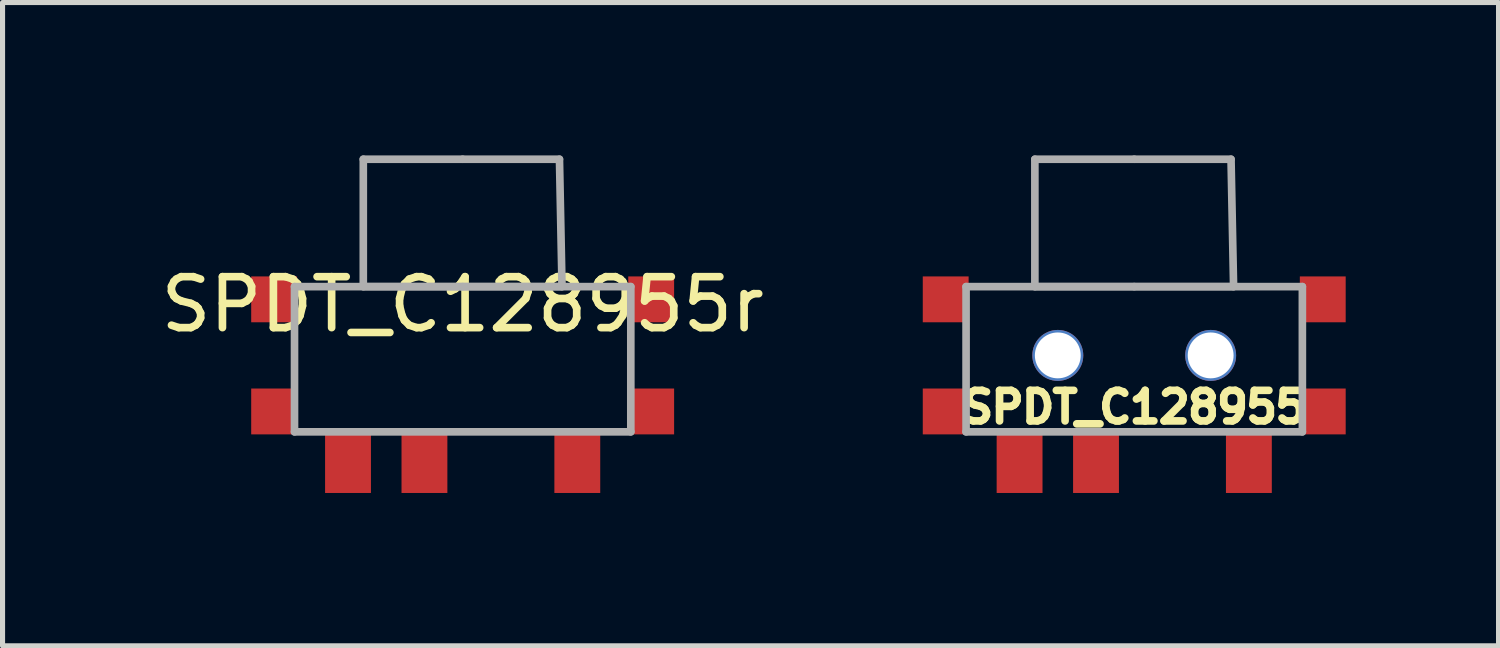
<source format=kicad_pcb>
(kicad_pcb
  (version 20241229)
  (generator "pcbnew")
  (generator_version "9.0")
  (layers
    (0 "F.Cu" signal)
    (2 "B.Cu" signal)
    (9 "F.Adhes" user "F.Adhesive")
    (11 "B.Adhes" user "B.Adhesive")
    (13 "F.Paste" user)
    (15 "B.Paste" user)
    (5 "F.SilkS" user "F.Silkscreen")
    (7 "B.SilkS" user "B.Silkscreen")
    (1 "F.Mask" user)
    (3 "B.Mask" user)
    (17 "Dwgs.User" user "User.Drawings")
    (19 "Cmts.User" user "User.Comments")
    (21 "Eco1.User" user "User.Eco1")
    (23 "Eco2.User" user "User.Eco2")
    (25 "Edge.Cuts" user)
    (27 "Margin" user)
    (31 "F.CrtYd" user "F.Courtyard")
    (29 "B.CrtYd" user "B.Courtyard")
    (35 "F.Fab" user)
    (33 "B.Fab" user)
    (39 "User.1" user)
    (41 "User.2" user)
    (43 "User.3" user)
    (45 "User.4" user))
  (footprint "SPDT_C128955r"
    (layer "F.Cu")
    (at 6.03 3.925)
    (property "Reference" "SPDT_C128955r" (at 0 -1 0) (layer "F.SilkS") (effects (font (size 1 1) (thickness 0.15))))
    (attr through_hole)
    (fp_line (start -3.3 -1.35) (end -3.3 1.5) (stroke (width 0.15) (type solid)) (layer "F.Fab"))
    (fp_line (start -3.3 1.5) (end 3.3 1.5) (stroke (width 0.15) (type solid)) (layer "F.Fab"))
    (fp_line (start -1.95 -3.85) (end 0 -3.85) (stroke (width 0.15) (type solid)) (layer "F.Fab"))
    (fp_line (start -1.95 -1.35) (end -1.95 -3.85) (stroke (width 0.15) (type solid)) (layer "F.Fab"))
    (fp_line (start 0 -3.85) (end 1.9 -3.85) (stroke (width 0.15) (type solid)) (layer "F.Fab"))
    (fp_line (start 0 -1.35) (end -3.3 -1.35) (stroke (width 0.15) (type solid)) (layer "F.Fab"))
    (fp_line (start 0 -1.35) (end 3.3 -1.35) (stroke (width 0.15) (type solid)) (layer "F.Fab"))
    (fp_line (start 1.9 -3.85) (end 1.95 -1.35) (stroke (width 0.15) (type solid)) (layer "F.Fab"))
    (fp_line (start 1.95 -1.35) (end -1.95 -1.35) (stroke (width 0.15) (type solid)) (layer "F.Fab"))
    (fp_line (start 3.3 1.5) (end 3.3 -1.35) (stroke (width 0.15) (type solid)) (layer "F.Fab"))
    (pad "0" smd rect (at -3.7 -1.1) (size 0.9 0.9) (layers "F.Cu" "F.Mask" "F.Paste"))
    (pad "0" smd rect (at -3.7 1.1) (size 0.9 0.9) (layers "F.Cu" "F.Mask" "F.Paste"))
    (pad "0" smd rect (at 3.7 -1.1) (size 0.9 0.9) (layers "F.Cu" "F.Mask" "F.Paste"))
    (pad "0" smd rect (at 3.7 1.1) (size 0.9 0.9) (layers "F.Cu" "F.Mask" "F.Paste"))
    (pad "1" smd rect (at 2.25 2.075) (size 0.9 1.25) (layers "F.Cu" "F.Mask" "F.Paste"))
    (pad "2" smd rect (at -0.75 2.075) (size 0.9 1.25) (layers "F.Cu" "F.Mask" "F.Paste"))
    (pad "3" smd rect (at -2.25 2.075) (size 0.9 1.25) (layers "F.Cu" "F.Mask" "F.Paste")))
  (footprint "SPDT_C128955"
    (layer "F.Cu")
    (at 19.21 3.925)
    (property "Reference" "SPDT_C128955" (at 0 1.016 180) (layer "F.SilkS") (effects (font (size 0.6 0.6) (thickness 0.15))))
    (attr through_hole)
    (fp_line (start -3.3 -1.35) (end -3.3 1.5) (stroke (width 0.15) (type solid)) (layer "F.Fab"))
    (fp_line (start -3.3 1.5) (end 3.3 1.5) (stroke (width 0.15) (type solid)) (layer "F.Fab"))
    (fp_line (start -1.95 -3.85) (end 0 -3.85) (stroke (width 0.15) (type solid)) (layer "F.Fab"))
    (fp_line (start -1.95 -1.35) (end -1.95 -3.85) (stroke (width 0.15) (type solid)) (layer "F.Fab"))
    (fp_line (start 0 -3.85) (end 1.9 -3.85) (stroke (width 0.15) (type solid)) (layer "F.Fab"))
    (fp_line (start 0 -1.35) (end -3.3 -1.35) (stroke (width 0.15) (type solid)) (layer "F.Fab"))
    (fp_line (start 0 -1.35) (end 3.3 -1.35) (stroke (width 0.15) (type solid)) (layer "F.Fab"))
    (fp_line (start 1.9 -3.85) (end 1.95 -1.35) (stroke (width 0.15) (type solid)) (layer "F.Fab"))
    (fp_line (start 1.95 -1.35) (end -1.95 -1.35) (stroke (width 0.15) (type solid)) (layer "F.Fab"))
    (fp_line (start 3.3 1.5) (end 3.3 -1.35) (stroke (width 0.15) (type solid)) (layer "F.Fab"))
    (pad "" np_thru_hole circle (at -1.5 0) (size 1 1) (drill 0.9) (layers "*.Cu" "*.Mask"))
    (pad "" np_thru_hole circle (at 1.5 0) (size 1 1) (drill 0.9) (layers "*.Cu" "*.Mask"))
    (pad "0" smd rect (at -3.7 -1.1) (size 0.9 0.9) (layers "F.Cu" "F.Mask" "F.Paste"))
    (pad "0" smd rect (at -3.7 1.1) (size 0.9 0.9) (layers "F.Cu" "F.Mask" "F.Paste"))
    (pad "0" smd rect (at 3.7 -1.1) (size 0.9 0.9) (layers "F.Cu" "F.Mask" "F.Paste"))
    (pad "0" smd rect (at 3.7 1.1) (size 0.9 0.9) (layers "F.Cu" "F.Mask" "F.Paste"))
    (pad "1" smd rect (at 2.25 2.075) (size 0.9 1.25) (layers "F.Cu" "F.Mask" "F.Paste"))
    (pad "2" smd rect (at -0.75 2.075) (size 0.9 1.25) (layers "F.Cu" "F.Mask" "F.Paste"))
    (pad "3" smd rect (at -2.25 2.075) (size 0.9 1.25) (layers "F.Cu" "F.Mask" "F.Paste")))
  (gr_rect
    (start -3 -3)
    (end 26.36 9.625)
    (stroke (width 0.1) (type default))
    (fill no)
    (layer "Edge.Cuts")))
</source>
